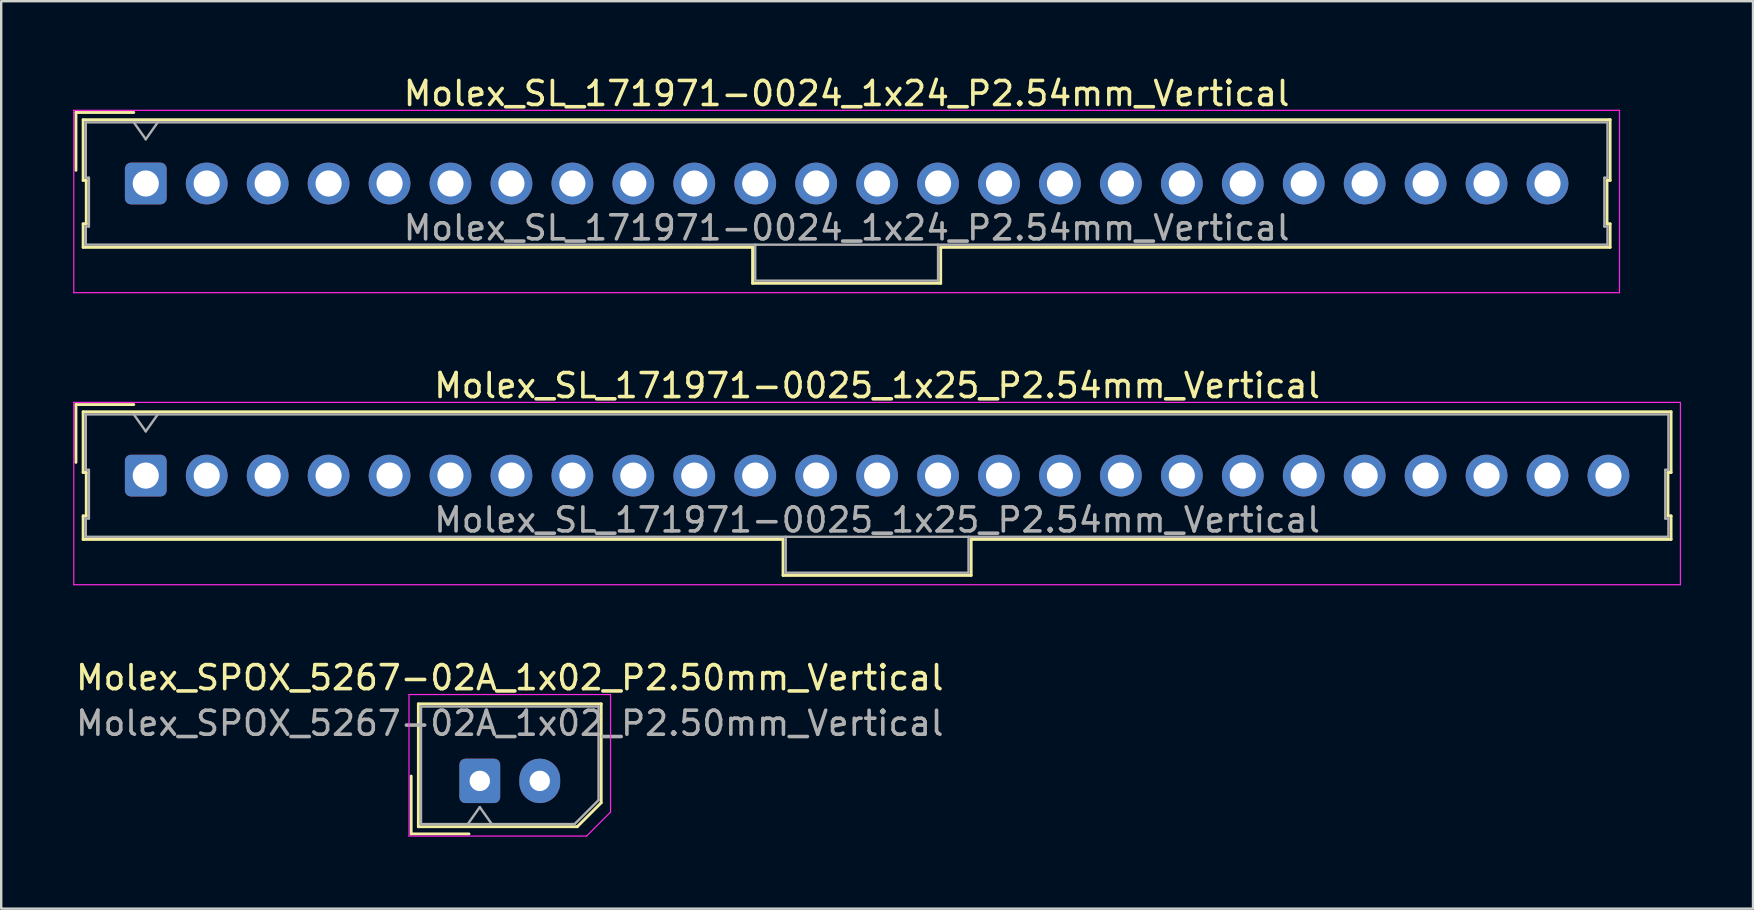
<source format=kicad_pcb>
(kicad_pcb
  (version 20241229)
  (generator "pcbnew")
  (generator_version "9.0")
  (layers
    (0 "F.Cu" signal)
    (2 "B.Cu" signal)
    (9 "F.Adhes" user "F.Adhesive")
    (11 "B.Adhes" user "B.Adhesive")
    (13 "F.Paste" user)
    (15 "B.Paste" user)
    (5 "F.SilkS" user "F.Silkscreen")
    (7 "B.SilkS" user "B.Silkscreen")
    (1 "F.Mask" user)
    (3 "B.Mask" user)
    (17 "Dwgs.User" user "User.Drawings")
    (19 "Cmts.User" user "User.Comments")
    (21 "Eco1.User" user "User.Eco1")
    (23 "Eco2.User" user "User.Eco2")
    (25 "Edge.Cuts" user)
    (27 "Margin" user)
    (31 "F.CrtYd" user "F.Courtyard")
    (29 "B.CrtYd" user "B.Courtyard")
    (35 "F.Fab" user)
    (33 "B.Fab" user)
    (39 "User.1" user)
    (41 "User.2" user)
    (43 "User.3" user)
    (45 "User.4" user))
  (footprint "Molex_SL_171971-0025_1x25_P2.54mm_Vertical"
    (layer "F.Cu")
    (at 3.025 16.771)
    (property "Reference" "Molex_SL_171971-0025_1x25_P2.54mm_Vertical" (at 30.48 -3.75 0) (layer "F.SilkS") (effects (font (size 1 1) (thickness 0.15))))
    (attr through_hole)
    (fp_line (start -2.91 -2.96) (end -0.5 -2.96) (stroke (width 0.12) (type solid)) (layer "F.SilkS"))
    (fp_line (start -2.91 -0.55) (end -2.91 -2.96) (stroke (width 0.12) (type solid)) (layer "F.SilkS"))
    (fp_line (start -2.61 -2.66) (end -2.61 -0.13) (stroke (width 0.12) (type solid)) (layer "F.SilkS"))
    (fp_line (start -2.61 -0.13) (end -2.48 -0.13) (stroke (width 0.12) (type solid)) (layer "F.SilkS"))
    (fp_line (start -2.61 1.68) (end -2.61 2.66) (stroke (width 0.12) (type solid)) (layer "F.SilkS"))
    (fp_line (start -2.61 2.66) (end 26.56 2.66) (stroke (width 0.12) (type solid)) (layer "F.SilkS"))
    (fp_line (start -2.48 -0.13) (end -2.48 1.68) (stroke (width 0.12) (type solid)) (layer "F.SilkS"))
    (fp_line (start -2.48 1.68) (end -2.61 1.68) (stroke (width 0.12) (type solid)) (layer "F.SilkS"))
    (fp_line (start 26.56 2.66) (end 26.56 4.16) (stroke (width 0.12) (type solid)) (layer "F.SilkS"))
    (fp_line (start 26.56 4.16) (end 34.4 4.16) (stroke (width 0.12) (type solid)) (layer "F.SilkS"))
    (fp_line (start 34.4 2.66) (end 63.57 2.66) (stroke (width 0.12) (type solid)) (layer "F.SilkS"))
    (fp_line (start 34.4 4.16) (end 34.4 2.66) (stroke (width 0.12) (type solid)) (layer "F.SilkS"))
    (fp_line (start 63.44 -0.13) (end 63.57 -0.13) (stroke (width 0.12) (type solid)) (layer "F.SilkS"))
    (fp_line (start 63.44 1.68) (end 63.44 -0.13) (stroke (width 0.12) (type solid)) (layer "F.SilkS"))
    (fp_line (start 63.57 -2.66) (end -2.61 -2.66) (stroke (width 0.12) (type solid)) (layer "F.SilkS"))
    (fp_line (start 63.57 -0.13) (end 63.57 -2.66) (stroke (width 0.12) (type solid)) (layer "F.SilkS"))
    (fp_line (start 63.57 1.68) (end 63.44 1.68) (stroke (width 0.12) (type solid)) (layer "F.SilkS"))
    (fp_line (start 63.57 2.66) (end 63.57 1.68) (stroke (width 0.12) (type solid)) (layer "F.SilkS"))
    (fp_line (start -3 -3.05) (end -3 4.55) (stroke (width 0.05) (type solid)) (layer "F.CrtYd"))
    (fp_line (start -3 4.55) (end 63.96 4.55) (stroke (width 0.05) (type solid)) (layer "F.CrtYd"))
    (fp_line (start 63.96 -3.05) (end -3 -3.05) (stroke (width 0.05) (type solid)) (layer "F.CrtYd"))
    (fp_line (start 63.96 4.55) (end 63.96 -3.05) (stroke (width 0.05) (type solid)) (layer "F.CrtYd"))
    (fp_line (start -2.5 -2.55) (end -2.5 -0.24) (stroke (width 0.1) (type solid)) (layer "F.Fab"))
    (fp_line (start -2.5 -0.24) (end -2.37 -0.24) (stroke (width 0.1) (type solid)) (layer "F.Fab"))
    (fp_line (start -2.5 1.79) (end -2.5 2.55) (stroke (width 0.1) (type solid)) (layer "F.Fab"))
    (fp_line (start -2.5 2.55) (end 63.46 2.55) (stroke (width 0.1) (type solid)) (layer "F.Fab"))
    (fp_line (start -2.37 -0.24) (end -2.37 1.79) (stroke (width 0.1) (type solid)) (layer "F.Fab"))
    (fp_line (start -2.37 1.79) (end -2.5 1.79) (stroke (width 0.1) (type solid)) (layer "F.Fab"))
    (fp_line (start 0 -1.843) (end -0.5 -2.55) (stroke (width 0.1) (type solid)) (layer "F.Fab"))
    (fp_line (start 0.5 -2.55) (end 0 -1.843) (stroke (width 0.1) (type solid)) (layer "F.Fab"))
    (fp_line (start 26.67 2.55) (end 26.67 4.05) (stroke (width 0.1) (type solid)) (layer "F.Fab"))
    (fp_line (start 26.67 4.05) (end 34.29 4.05) (stroke (width 0.1) (type solid)) (layer "F.Fab"))
    (fp_line (start 34.29 4.05) (end 34.29 2.55) (stroke (width 0.1) (type solid)) (layer "F.Fab"))
    (fp_line (start 63.33 -0.24) (end 63.46 -0.24) (stroke (width 0.1) (type solid)) (layer "F.Fab"))
    (fp_line (start 63.33 1.79) (end 63.33 -0.24) (stroke (width 0.1) (type solid)) (layer "F.Fab"))
    (fp_line (start 63.46 -2.55) (end -2.5 -2.55) (stroke (width 0.1) (type solid)) (layer "F.Fab"))
    (fp_line (start 63.46 -0.24) (end 63.46 -2.55) (stroke (width 0.1) (type solid)) (layer "F.Fab"))
    (fp_line (start 63.46 1.79) (end 63.33 1.79) (stroke (width 0.1) (type solid)) (layer "F.Fab"))
    (fp_line (start 63.46 2.55) (end 63.46 1.79) (stroke (width 0.1) (type solid)) (layer "F.Fab"))
    (fp_text user "${REFERENCE}" (at 30.48 1.85 0) (layer "F.Fab") (effects (font (size 1 1) (thickness 0.15))))
    (pad "1" thru_hole roundrect (at 0 0) (size 1.74 1.74) (drill 1.09) (layers "*.Cu" "*.Mask") (roundrect_rratio 0.144))
    (pad "2" thru_hole circle (at 2.54 0) (size 1.74 1.74) (drill 1.09) (layers "*.Cu" "*.Mask"))
    (pad "3" thru_hole circle (at 5.08 0) (size 1.74 1.74) (drill 1.09) (layers "*.Cu" "*.Mask"))
    (pad "4" thru_hole circle (at 7.62 0) (size 1.74 1.74) (drill 1.09) (layers "*.Cu" "*.Mask"))
    (pad "5" thru_hole circle (at 10.16 0) (size 1.74 1.74) (drill 1.09) (layers "*.Cu" "*.Mask"))
    (pad "6" thru_hole circle (at 12.7 0) (size 1.74 1.74) (drill 1.09) (layers "*.Cu" "*.Mask"))
    (pad "7" thru_hole circle (at 15.24 0) (size 1.74 1.74) (drill 1.09) (layers "*.Cu" "*.Mask"))
    (pad "8" thru_hole circle (at 17.78 0) (size 1.74 1.74) (drill 1.09) (layers "*.Cu" "*.Mask"))
    (pad "9" thru_hole circle (at 20.32 0) (size 1.74 1.74) (drill 1.09) (layers "*.Cu" "*.Mask"))
    (pad "10" thru_hole circle (at 22.86 0) (size 1.74 1.74) (drill 1.09) (layers "*.Cu" "*.Mask"))
    (pad "11" thru_hole circle (at 25.4 0) (size 1.74 1.74) (drill 1.09) (layers "*.Cu" "*.Mask"))
    (pad "12" thru_hole circle (at 27.94 0) (size 1.74 1.74) (drill 1.09) (layers "*.Cu" "*.Mask"))
    (pad "13" thru_hole circle (at 30.48 0) (size 1.74 1.74) (drill 1.09) (layers "*.Cu" "*.Mask"))
    (pad "14" thru_hole circle (at 33.02 0) (size 1.74 1.74) (drill 1.09) (layers "*.Cu" "*.Mask"))
    (pad "15" thru_hole circle (at 35.56 0) (size 1.74 1.74) (drill 1.09) (layers "*.Cu" "*.Mask"))
    (pad "16" thru_hole circle (at 38.1 0) (size 1.74 1.74) (drill 1.09) (layers "*.Cu" "*.Mask"))
    (pad "17" thru_hole circle (at 40.64 0) (size 1.74 1.74) (drill 1.09) (layers "*.Cu" "*.Mask"))
    (pad "18" thru_hole circle (at 43.18 0) (size 1.74 1.74) (drill 1.09) (layers "*.Cu" "*.Mask"))
    (pad "19" thru_hole circle (at 45.72 0) (size 1.74 1.74) (drill 1.09) (layers "*.Cu" "*.Mask"))
    (pad "20" thru_hole circle (at 48.26 0) (size 1.74 1.74) (drill 1.09) (layers "*.Cu" "*.Mask"))
    (pad "21" thru_hole circle (at 50.8 0) (size 1.74 1.74) (drill 1.09) (layers "*.Cu" "*.Mask"))
    (pad "22" thru_hole circle (at 53.34 0) (size 1.74 1.74) (drill 1.09) (layers "*.Cu" "*.Mask"))
    (pad "23" thru_hole circle (at 55.88 0) (size 1.74 1.74) (drill 1.09) (layers "*.Cu" "*.Mask"))
    (pad "24" thru_hole circle (at 58.42 0) (size 1.74 1.74) (drill 1.09) (layers "*.Cu" "*.Mask"))
    (pad "25" thru_hole circle (at 60.96 0) (size 1.74 1.74) (drill 1.09) (layers "*.Cu" "*.Mask")))
  (footprint "Molex_SL_171971-0024_1x24_P2.54mm_Vertical"
    (layer "F.Cu")
    (at 3.025 4.598)
    (property "Reference" "Molex_SL_171971-0024_1x24_P2.54mm_Vertical" (at 29.21 -3.75 0) (layer "F.SilkS") (effects (font (size 1 1) (thickness 0.15))))
    (attr through_hole)
    (fp_line (start -2.91 -2.96) (end -0.5 -2.96) (stroke (width 0.12) (type solid)) (layer "F.SilkS"))
    (fp_line (start -2.91 -0.55) (end -2.91 -2.96) (stroke (width 0.12) (type solid)) (layer "F.SilkS"))
    (fp_line (start -2.61 -2.66) (end -2.61 -0.13) (stroke (width 0.12) (type solid)) (layer "F.SilkS"))
    (fp_line (start -2.61 -0.13) (end -2.48 -0.13) (stroke (width 0.12) (type solid)) (layer "F.SilkS"))
    (fp_line (start -2.61 1.68) (end -2.61 2.66) (stroke (width 0.12) (type solid)) (layer "F.SilkS"))
    (fp_line (start -2.61 2.66) (end 25.29 2.66) (stroke (width 0.12) (type solid)) (layer "F.SilkS"))
    (fp_line (start -2.48 -0.13) (end -2.48 1.68) (stroke (width 0.12) (type solid)) (layer "F.SilkS"))
    (fp_line (start -2.48 1.68) (end -2.61 1.68) (stroke (width 0.12) (type solid)) (layer "F.SilkS"))
    (fp_line (start 25.29 2.66) (end 25.29 4.16) (stroke (width 0.12) (type solid)) (layer "F.SilkS"))
    (fp_line (start 25.29 4.16) (end 33.13 4.16) (stroke (width 0.12) (type solid)) (layer "F.SilkS"))
    (fp_line (start 33.13 2.66) (end 61.03 2.66) (stroke (width 0.12) (type solid)) (layer "F.SilkS"))
    (fp_line (start 33.13 4.16) (end 33.13 2.66) (stroke (width 0.12) (type solid)) (layer "F.SilkS"))
    (fp_line (start 60.9 -0.13) (end 61.03 -0.13) (stroke (width 0.12) (type solid)) (layer "F.SilkS"))
    (fp_line (start 60.9 1.68) (end 60.9 -0.13) (stroke (width 0.12) (type solid)) (layer "F.SilkS"))
    (fp_line (start 61.03 -2.66) (end -2.61 -2.66) (stroke (width 0.12) (type solid)) (layer "F.SilkS"))
    (fp_line (start 61.03 -0.13) (end 61.03 -2.66) (stroke (width 0.12) (type solid)) (layer "F.SilkS"))
    (fp_line (start 61.03 1.68) (end 60.9 1.68) (stroke (width 0.12) (type solid)) (layer "F.SilkS"))
    (fp_line (start 61.03 2.66) (end 61.03 1.68) (stroke (width 0.12) (type solid)) (layer "F.SilkS"))
    (fp_line (start -3 -3.05) (end -3 4.55) (stroke (width 0.05) (type solid)) (layer "F.CrtYd"))
    (fp_line (start -3 4.55) (end 61.42 4.55) (stroke (width 0.05) (type solid)) (layer "F.CrtYd"))
    (fp_line (start 61.42 -3.05) (end -3 -3.05) (stroke (width 0.05) (type solid)) (layer "F.CrtYd"))
    (fp_line (start 61.42 4.55) (end 61.42 -3.05) (stroke (width 0.05) (type solid)) (layer "F.CrtYd"))
    (fp_line (start -2.5 -2.55) (end -2.5 -0.24) (stroke (width 0.1) (type solid)) (layer "F.Fab"))
    (fp_line (start -2.5 -0.24) (end -2.37 -0.24) (stroke (width 0.1) (type solid)) (layer "F.Fab"))
    (fp_line (start -2.5 1.79) (end -2.5 2.55) (stroke (width 0.1) (type solid)) (layer "F.Fab"))
    (fp_line (start -2.5 2.55) (end 60.92 2.55) (stroke (width 0.1) (type solid)) (layer "F.Fab"))
    (fp_line (start -2.37 -0.24) (end -2.37 1.79) (stroke (width 0.1) (type solid)) (layer "F.Fab"))
    (fp_line (start -2.37 1.79) (end -2.5 1.79) (stroke (width 0.1) (type solid)) (layer "F.Fab"))
    (fp_line (start 0 -1.843) (end -0.5 -2.55) (stroke (width 0.1) (type solid)) (layer "F.Fab"))
    (fp_line (start 0.5 -2.55) (end 0 -1.843) (stroke (width 0.1) (type solid)) (layer "F.Fab"))
    (fp_line (start 25.4 2.55) (end 25.4 4.05) (stroke (width 0.1) (type solid)) (layer "F.Fab"))
    (fp_line (start 25.4 4.05) (end 33.02 4.05) (stroke (width 0.1) (type solid)) (layer "F.Fab"))
    (fp_line (start 33.02 4.05) (end 33.02 2.55) (stroke (width 0.1) (type solid)) (layer "F.Fab"))
    (fp_line (start 60.79 -0.24) (end 60.92 -0.24) (stroke (width 0.1) (type solid)) (layer "F.Fab"))
    (fp_line (start 60.79 1.79) (end 60.79 -0.24) (stroke (width 0.1) (type solid)) (layer "F.Fab"))
    (fp_line (start 60.92 -2.55) (end -2.5 -2.55) (stroke (width 0.1) (type solid)) (layer "F.Fab"))
    (fp_line (start 60.92 -0.24) (end 60.92 -2.55) (stroke (width 0.1) (type solid)) (layer "F.Fab"))
    (fp_line (start 60.92 1.79) (end 60.79 1.79) (stroke (width 0.1) (type solid)) (layer "F.Fab"))
    (fp_line (start 60.92 2.55) (end 60.92 1.79) (stroke (width 0.1) (type solid)) (layer "F.Fab"))
    (fp_text user "${REFERENCE}" (at 29.21 1.85 0) (layer "F.Fab") (effects (font (size 1 1) (thickness 0.15))))
    (pad "1" thru_hole roundrect (at 0 0) (size 1.74 1.74) (drill 1.09) (layers "*.Cu" "*.Mask") (roundrect_rratio 0.144))
    (pad "2" thru_hole circle (at 2.54 0) (size 1.74 1.74) (drill 1.09) (layers "*.Cu" "*.Mask"))
    (pad "3" thru_hole circle (at 5.08 0) (size 1.74 1.74) (drill 1.09) (layers "*.Cu" "*.Mask"))
    (pad "4" thru_hole circle (at 7.62 0) (size 1.74 1.74) (drill 1.09) (layers "*.Cu" "*.Mask"))
    (pad "5" thru_hole circle (at 10.16 0) (size 1.74 1.74) (drill 1.09) (layers "*.Cu" "*.Mask"))
    (pad "6" thru_hole circle (at 12.7 0) (size 1.74 1.74) (drill 1.09) (layers "*.Cu" "*.Mask"))
    (pad "7" thru_hole circle (at 15.24 0) (size 1.74 1.74) (drill 1.09) (layers "*.Cu" "*.Mask"))
    (pad "8" thru_hole circle (at 17.78 0) (size 1.74 1.74) (drill 1.09) (layers "*.Cu" "*.Mask"))
    (pad "9" thru_hole circle (at 20.32 0) (size 1.74 1.74) (drill 1.09) (layers "*.Cu" "*.Mask"))
    (pad "10" thru_hole circle (at 22.86 0) (size 1.74 1.74) (drill 1.09) (layers "*.Cu" "*.Mask"))
    (pad "11" thru_hole circle (at 25.4 0) (size 1.74 1.74) (drill 1.09) (layers "*.Cu" "*.Mask"))
    (pad "12" thru_hole circle (at 27.94 0) (size 1.74 1.74) (drill 1.09) (layers "*.Cu" "*.Mask"))
    (pad "13" thru_hole circle (at 30.48 0) (size 1.74 1.74) (drill 1.09) (layers "*.Cu" "*.Mask"))
    (pad "14" thru_hole circle (at 33.02 0) (size 1.74 1.74) (drill 1.09) (layers "*.Cu" "*.Mask"))
    (pad "15" thru_hole circle (at 35.56 0) (size 1.74 1.74) (drill 1.09) (layers "*.Cu" "*.Mask"))
    (pad "16" thru_hole circle (at 38.1 0) (size 1.74 1.74) (drill 1.09) (layers "*.Cu" "*.Mask"))
    (pad "17" thru_hole circle (at 40.64 0) (size 1.74 1.74) (drill 1.09) (layers "*.Cu" "*.Mask"))
    (pad "18" thru_hole circle (at 43.18 0) (size 1.74 1.74) (drill 1.09) (layers "*.Cu" "*.Mask"))
    (pad "19" thru_hole circle (at 45.72 0) (size 1.74 1.74) (drill 1.09) (layers "*.Cu" "*.Mask"))
    (pad "20" thru_hole circle (at 48.26 0) (size 1.74 1.74) (drill 1.09) (layers "*.Cu" "*.Mask"))
    (pad "21" thru_hole circle (at 50.8 0) (size 1.74 1.74) (drill 1.09) (layers "*.Cu" "*.Mask"))
    (pad "22" thru_hole circle (at 53.34 0) (size 1.74 1.74) (drill 1.09) (layers "*.Cu" "*.Mask"))
    (pad "23" thru_hole circle (at 55.88 0) (size 1.74 1.74) (drill 1.09) (layers "*.Cu" "*.Mask"))
    (pad "24" thru_hole circle (at 58.42 0) (size 1.74 1.74) (drill 1.09) (layers "*.Cu" "*.Mask")))
  (footprint "Molex_SPOX_5267-02A_1x02_P2.50mm_Vertical"
    (layer "F.Cu")
    (at 16.946 29.495)
    (property "Reference" "Molex_SPOX_5267-02A_1x02_P2.50mm_Vertical" (at 1.25 -4.3 0) (layer "F.SilkS") (effects (font (size 1 1) (thickness 0.15))))
    (attr through_hole)
    (fp_line (start -2.86 -0.2) (end -2.86 2.21) (stroke (width 0.12) (type solid)) (layer "F.SilkS"))
    (fp_line (start -2.86 2.21) (end -0.45 2.21) (stroke (width 0.12) (type solid)) (layer "F.SilkS"))
    (fp_line (start -2.56 -3.21) (end -2.56 1.91) (stroke (width 0.12) (type solid)) (layer "F.SilkS"))
    (fp_line (start -2.56 1.91) (end 4.06 1.91) (stroke (width 0.12) (type solid)) (layer "F.SilkS"))
    (fp_line (start 4.06 1.91) (end 5.06 0.91) (stroke (width 0.12) (type solid)) (layer "F.SilkS"))
    (fp_line (start 5.06 -3.21) (end -2.56 -3.21) (stroke (width 0.12) (type solid)) (layer "F.SilkS"))
    (fp_line (start 5.06 0.91) (end 5.06 -3.21) (stroke (width 0.12) (type solid)) (layer "F.SilkS"))
    (fp_line (start -2.95 -3.6) (end -2.95 2.3) (stroke (width 0.05) (type solid)) (layer "F.CrtYd"))
    (fp_line (start -2.95 2.3) (end 4.45 2.3) (stroke (width 0.05) (type solid)) (layer "F.CrtYd"))
    (fp_line (start 4.45 2.3) (end 5.45 1.3) (stroke (width 0.05) (type solid)) (layer "F.CrtYd"))
    (fp_line (start 5.45 -3.6) (end -2.95 -3.6) (stroke (width 0.05) (type solid)) (layer "F.CrtYd"))
    (fp_line (start 5.45 1.3) (end 5.45 -3.6) (stroke (width 0.05) (type solid)) (layer "F.CrtYd"))
    (fp_line (start -2.45 -3.1) (end -2.45 1.8) (stroke (width 0.1) (type solid)) (layer "F.Fab"))
    (fp_line (start -2.45 1.8) (end 3.95 1.8) (stroke (width 0.1) (type solid)) (layer "F.Fab"))
    (fp_line (start -0.5 1.8) (end 0 1.093) (stroke (width 0.1) (type solid)) (layer "F.Fab"))
    (fp_line (start 0 1.093) (end 0.5 1.8) (stroke (width 0.1) (type solid)) (layer "F.Fab"))
    (fp_line (start 3.95 1.8) (end 4.95 0.8) (stroke (width 0.1) (type solid)) (layer "F.Fab"))
    (fp_line (start 4.95 -3.1) (end -2.45 -3.1) (stroke (width 0.1) (type solid)) (layer "F.Fab"))
    (fp_line (start 4.95 0.8) (end 4.95 -3.1) (stroke (width 0.1) (type solid)) (layer "F.Fab"))
    (fp_text user "${REFERENCE}" (at 1.25 -2.4 0) (layer "F.Fab") (effects (font (size 1 1) (thickness 0.15))))
    (pad "1" thru_hole roundrect (at 0 0) (size 1.7 1.85) (drill 0.85) (layers "*.Cu" "*.Mask") (roundrect_rratio 0.147))
    (pad "2" thru_hole oval (at 2.5 0) (size 1.7 1.85) (drill 0.85) (layers "*.Cu" "*.Mask")))
  (gr_rect
    (start -3 -3)
    (end 70.01 34.82)
    (stroke (width 0.1) (type default))
    (fill no)
    (layer "Edge.Cuts")))
</source>
